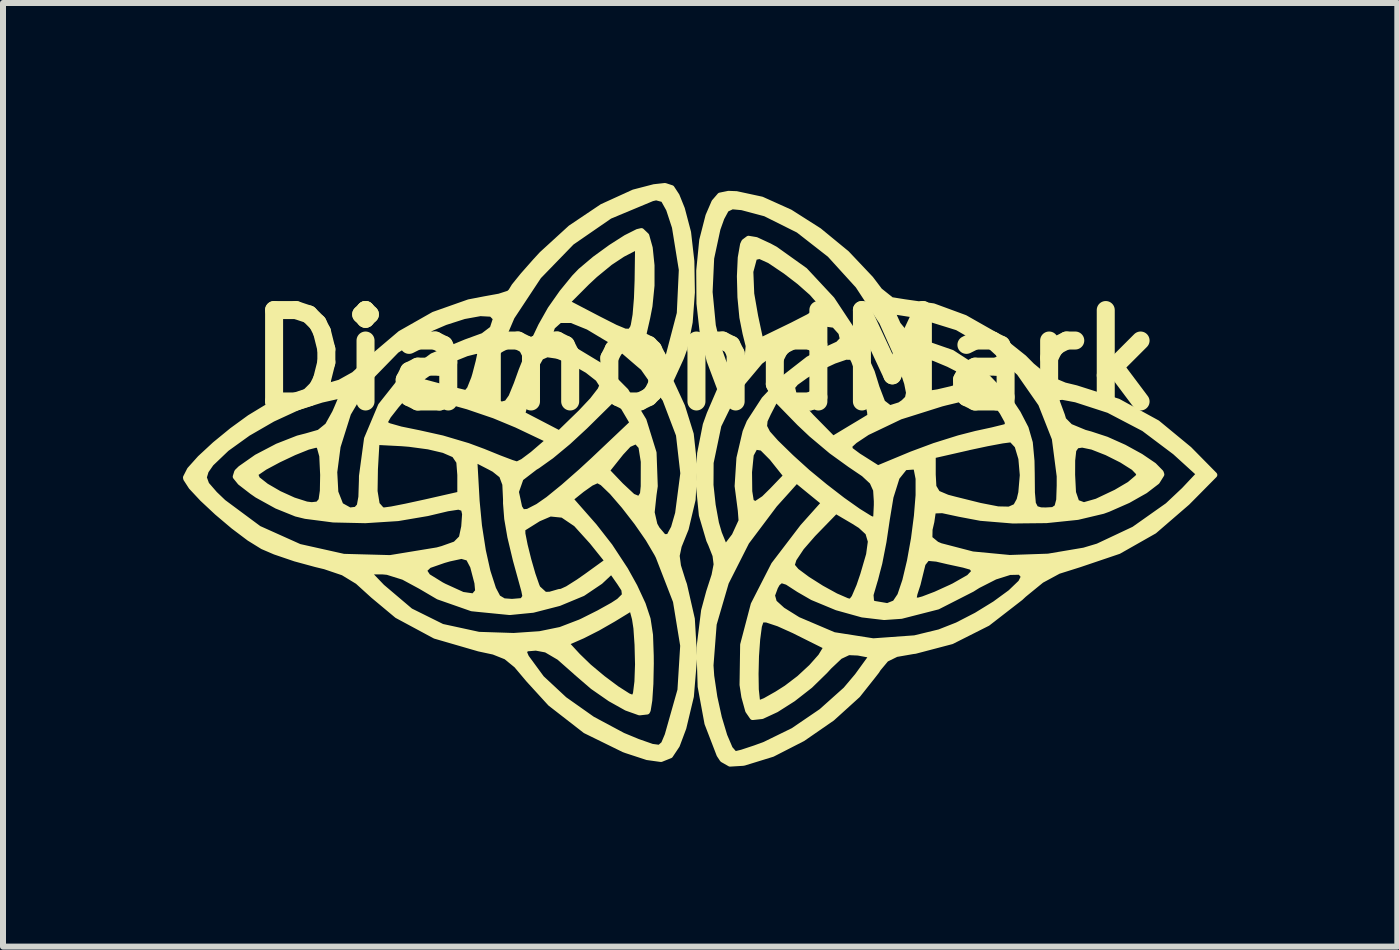
<source format=kicad_pcb>
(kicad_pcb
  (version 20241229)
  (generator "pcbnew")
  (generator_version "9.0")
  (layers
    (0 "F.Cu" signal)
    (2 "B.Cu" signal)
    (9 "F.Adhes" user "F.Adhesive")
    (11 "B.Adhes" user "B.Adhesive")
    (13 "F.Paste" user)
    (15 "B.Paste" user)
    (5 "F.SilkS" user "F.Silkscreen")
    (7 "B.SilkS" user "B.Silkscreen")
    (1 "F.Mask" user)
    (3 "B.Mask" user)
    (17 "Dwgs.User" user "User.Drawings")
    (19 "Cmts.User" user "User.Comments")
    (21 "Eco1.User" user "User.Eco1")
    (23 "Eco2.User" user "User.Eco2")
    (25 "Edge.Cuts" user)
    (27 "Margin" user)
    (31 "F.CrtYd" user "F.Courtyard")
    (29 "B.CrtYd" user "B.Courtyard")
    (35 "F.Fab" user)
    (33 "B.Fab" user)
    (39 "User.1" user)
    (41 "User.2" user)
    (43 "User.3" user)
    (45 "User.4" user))
  (footprint "DiamondMark"
    (layer "F.Cu")
    (at 8.601 4.781)
    (property "Reference" "DiamondMark" (at 0.102 -1.829 0) (layer "F.SilkS") (effects (font (size 1.524 1.524) (thickness 0.3))))
    (attr through_hole)
    (fp_poly (pts (xy 8.588 0.085) (xy 8.34 0.336) (xy 8.34 0.069) (xy 7.935 -0.299) (xy 7.415 -0.69) (xy 6.828 -0.997) (xy 6.28 -1.175) (xy 6.058 -1.217) (xy 5.963 -1.209) (xy 5.962 -1.143) (xy 5.972 -1.114) (xy 6.049 -0.906) (xy 6.071 -0.832) (xy 6.183 -0.719) (xy 6.427 -0.618) (xy 6.522 -0.592) (xy 6.79 -0.504) (xy 7.083 -0.373) (xy 7.36 -0.221) (xy 7.578 -0.073) (xy 7.695 0.046) (xy 7.705 0.077) (xy 7.631 0.195) (xy 7.434 0.346) (xy 7.345 0.396) (xy 7.345 0.063) (xy 7.247 -0.039) (xy 7.046 -0.166) (xy 6.797 -0.291) (xy 6.555 -0.386) (xy 6.387 -0.421) (xy 6.29 -0.406) (xy 6.238 -0.331) (xy 6.219 -0.157) (xy 6.218 0.084) (xy 6.233 0.379) (xy 6.29 0.545) (xy 6.413 0.591) (xy 6.63 0.529) (xy 6.951 0.377) (xy 7.177 0.244) (xy 7.318 0.124) (xy 7.345 0.063) (xy 7.345 0.396) (xy 7.151 0.506) (xy 6.819 0.652) (xy 6.731 0.684) (xy 6.31 0.784) (xy 6.011 0.815) (xy 6.011 0.106) (xy 5.93 -0.52) (xy 5.701 -1.101) (xy 5.341 -1.618) (xy 4.869 -2.05) (xy 4.305 -2.375) (xy 3.667 -2.573) (xy 3.574 -2.59) (xy 3.211 -2.647) (xy 3.313 -2.422) (xy 3.473 -2.228) (xy 3.634 -2.152) (xy 4.215 -1.95) (xy 4.741 -1.609) (xy 5.172 -1.157) (xy 5.313 -0.944) (xy 5.443 -0.693) (xy 5.513 -0.451) (xy 5.541 -0.148) (xy 5.545 0.063) (xy 5.548 0.379) (xy 5.564 0.562) (xy 5.608 0.649) (xy 5.693 0.675) (xy 5.779 0.677) (xy 5.902 0.67) (xy 5.971 0.624) (xy 6.003 0.502) (xy 6.011 0.265) (xy 6.011 0.106) (xy 6.011 0.815) (xy 5.789 0.838) (xy 5.396 0.842) (xy 5.396 0.088) (xy 5.372 -0.189) (xy 5.308 -0.403) (xy 5.213 -0.505) (xy 5.193 -0.508) (xy 5.152 -0.503) (xy 5.152 -0.728) (xy 5.141 -0.811) (xy 5.057 -0.963) (xy 4.94 -1.127) (xy 4.828 -1.245) (xy 4.779 -1.27) (xy 4.656 -1.25) (xy 4.522 -1.221) (xy 4.522 -1.498) (xy 4.486 -1.567) (xy 4.364 -1.658) (xy 4.159 -1.763) (xy 3.927 -1.86) (xy 3.724 -1.926) (xy 3.606 -1.938) (xy 3.599 -1.934) (xy 3.587 -1.824) (xy 3.631 -1.636) (xy 3.707 -1.439) (xy 3.79 -1.299) (xy 3.835 -1.27) (xy 3.978 -1.292) (xy 4.204 -1.345) (xy 4.26 -1.361) (xy 4.461 -1.43) (xy 4.522 -1.498) (xy 4.522 -1.221) (xy 4.416 -1.197) (xy 4.108 -1.123) (xy 4.042 -1.106) (xy 3.5 -0.935) (xy 3.5 -1.284) (xy 3.468 -1.445) (xy 3.38 -1.713) (xy 3.354 -1.788) (xy 3.052 -2.462) (xy 2.654 -3.07) (xy 2.182 -3.589) (xy 1.658 -3.998) (xy 1.105 -4.274) (xy 0.715 -4.378) (xy 0.552 -4.393) (xy 0.452 -4.346) (xy 0.373 -4.2) (xy 0.307 -4.016) (xy 0.202 -3.527) (xy 0.176 -2.964) (xy 0.23 -2.402) (xy 0.312 -2.061) (xy 0.399 -1.814) (xy 0.474 -1.65) (xy 0.51 -1.609) (xy 0.603 -1.665) (xy 0.72 -1.778) (xy 0.814 -1.914) (xy 0.827 -2.066) (xy 0.775 -2.275) (xy 0.722 -2.541) (xy 0.69 -2.876) (xy 0.681 -3.226) (xy 0.695 -3.536) (xy 0.733 -3.753) (xy 0.754 -3.799) (xy 0.824 -3.851) (xy 0.951 -3.83) (xy 1.171 -3.728) (xy 1.269 -3.675) (xy 1.762 -3.323) (xy 2.213 -2.839) (xy 2.595 -2.262) (xy 2.879 -1.629) (xy 2.958 -1.374) (xy 3.055 -1.12) (xy 3.178 -1.025) (xy 3.347 -1.078) (xy 3.411 -1.122) (xy 3.48 -1.19) (xy 3.5 -1.284) (xy 3.5 -0.935) (xy 3.353 -0.889) (xy 2.857 -0.652) (xy 2.857 -0.889) (xy 2.85 -0.972) (xy 2.802 -1.16) (xy 2.731 -1.399) (xy 2.653 -1.636) (xy 2.584 -1.817) (xy 2.549 -1.884) (xy 2.445 -1.885) (xy 2.398 -1.869) (xy 2.398 -2.176) (xy 2.373 -2.282) (xy 2.366 -2.295) (xy 2.256 -2.417) (xy 2.093 -2.44) (xy 2.024 -2.417) (xy 2.024 -2.733) (xy 1.995 -2.823) (xy 1.881 -2.952) (xy 1.675 -3.134) (xy 1.445 -3.311) (xy 1.177 -3.491) (xy 1.012 -3.566) (xy 0.924 -3.546) (xy 0.917 -3.536) (xy 0.855 -3.304) (xy 0.87 -2.934) (xy 0.935 -2.561) (xy 1.023 -2.15) (xy 1.554 -2.408) (xy 1.831 -2.55) (xy 1.979 -2.65) (xy 2.024 -2.733) (xy 2.024 -2.417) (xy 1.849 -2.359) (xy 1.555 -2.205) (xy 1.017 -1.806) (xy 0.602 -1.311) (xy 0.323 -0.741) (xy 0.193 -0.119) (xy 0.191 0.254) (xy 0.227 0.587) (xy 0.282 0.889) (xy 0.331 1.057) (xy 0.434 1.31) (xy 0.594 1.1) (xy 0.709 0.85) (xy 0.696 0.677) (xy 0.643 0.27) (xy 0.673 -0.195) (xy 0.775 -0.632) (xy 0.841 -0.792) (xy 1.088 -1.173) (xy 1.434 -1.541) (xy 1.823 -1.844) (xy 2.113 -1.998) (xy 2.321 -2.094) (xy 2.398 -2.176) (xy 2.398 -1.869) (xy 2.25 -1.818) (xy 2.012 -1.707) (xy 1.783 -1.578) (xy 1.61 -1.454) (xy 1.548 -1.38) (xy 1.579 -1.25) (xy 1.72 -1.047) (xy 1.866 -0.885) (xy 2.232 -0.513) (xy 2.534 -0.695) (xy 2.726 -0.81) (xy 2.843 -0.881) (xy 2.857 -0.889) (xy 2.857 -0.652) (xy 2.802 -0.626) (xy 2.593 -0.487) (xy 2.501 -0.403) (xy 2.516 -0.332) (xy 2.656 -0.228) (xy 2.707 -0.196) (xy 2.98 -0.023) (xy 3.543 -0.257) (xy 3.922 -0.398) (xy 4.33 -0.526) (xy 4.614 -0.599) (xy 4.886 -0.658) (xy 5.081 -0.706) (xy 5.152 -0.728) (xy 5.152 -0.503) (xy 5.053 -0.49) (xy 4.802 -0.443) (xy 4.493 -0.377) (xy 4.483 -0.374) (xy 3.895 -0.24) (xy 3.895 0.08) (xy 3.906 0.283) (xy 3.972 0.393) (xy 4.137 0.463) (xy 4.255 0.494) (xy 4.685 0.601) (xy 4.982 0.659) (xy 5.171 0.663) (xy 5.282 0.613) (xy 5.342 0.503) (xy 5.371 0.381) (xy 5.396 0.088) (xy 5.396 0.842) (xy 5.23 0.844) (xy 4.695 0.8) (xy 4.336 0.732) (xy 4.056 0.672) (xy 3.916 0.677) (xy 3.894 0.711) (xy 3.872 0.863) (xy 3.842 0.993) (xy 3.839 1.145) (xy 3.958 1.243) (xy 4.024 1.271) (xy 4.558 1.41) (xy 5.178 1.469) (xy 5.819 1.447) (xy 6.417 1.346) (xy 6.648 1.277) (xy 7.251 0.993) (xy 7.813 0.596) (xy 8.086 0.339) (xy 8.34 0.069) (xy 8.34 0.336) (xy 8.135 0.543) (xy 7.586 1.017) (xy 6.994 1.353) (xy 6.341 1.574) (xy 5.989 1.685) (xy 5.706 1.838) (xy 5.419 2.072) (xy 5.419 1.776) (xy 5.353 1.698) (xy 5.179 1.702) (xy 4.932 1.78) (xy 4.647 1.925) (xy 4.599 1.955) (xy 4.599 1.691) (xy 4.544 1.619) (xy 4.411 1.581) (xy 4.148 1.524) (xy 3.959 1.48) (xy 3.803 1.466) (xy 3.727 1.562) (xy 3.701 1.666) (xy 3.659 1.837) (xy 3.659 0.423) (xy 3.659 0.146) (xy 3.626 -0.023) (xy 3.595 -0.056) (xy 3.428 -0.044) (xy 3.294 0.124) (xy 3.191 0.452) (xy 3.13 0.821) (xy 3.074 1.198) (xy 3.004 1.556) (xy 2.963 1.711) (xy 2.963 0.522) (xy 2.951 0.334) (xy 2.89 0.198) (xy 2.748 0.066) (xy 2.519 -0.089) (xy 2.206 -0.315) (xy 1.873 -0.595) (xy 1.675 -0.782) (xy 1.277 -1.19) (xy 1.15 -0.944) (xy 1.093 -0.822) (xy 1.083 -0.722) (xy 1.14 -0.611) (xy 1.28 -0.454) (xy 1.523 -0.217) (xy 1.554 -0.188) (xy 1.806 0.04) (xy 2.096 0.279) (xy 2.39 0.506) (xy 2.653 0.692) (xy 2.85 0.814) (xy 2.938 0.847) (xy 2.954 0.772) (xy 2.963 0.585) (xy 2.963 0.522) (xy 2.963 1.711) (xy 2.934 1.825) (xy 2.925 1.853) (xy 2.864 2.062) (xy 2.864 1.193) (xy 2.82 1.045) (xy 2.693 0.928) (xy 2.579 0.856) (xy 2.278 0.679) (xy 1.897 1.071) (xy 1.704 1.293) (xy 1.576 1.485) (xy 1.542 1.595) (xy 1.621 1.689) (xy 1.804 1.825) (xy 2.039 1.974) (xy 2.277 2.105) (xy 2.468 2.188) (xy 2.534 2.201) (xy 2.59 2.128) (xy 2.672 1.937) (xy 2.736 1.749) (xy 2.834 1.413) (xy 2.864 1.193) (xy 2.864 2.062) (xy 2.858 2.084) (xy 2.868 2.202) (xy 2.905 2.232) (xy 3.141 2.272) (xy 3.269 2.221) (xy 3.354 2.094) (xy 3.437 1.848) (xy 3.515 1.52) (xy 3.582 1.148) (xy 3.631 0.77) (xy 3.659 0.423) (xy 3.659 1.837) (xy 3.643 1.903) (xy 3.591 2.063) (xy 3.569 2.172) (xy 3.653 2.18) (xy 3.734 2.158) (xy 3.944 2.078) (xy 4.201 1.961) (xy 4.249 1.938) (xy 4.502 1.794) (xy 4.599 1.691) (xy 4.599 1.955) (xy 4.55 1.986) (xy 3.977 2.278) (xy 3.371 2.433) (xy 3.085 2.453) (xy 2.721 2.41) (xy 2.297 2.292) (xy 1.892 2.124) (xy 1.665 1.993) (xy 1.472 1.868) (xy 1.368 1.835) (xy 1.304 1.887) (xy 1.267 1.952) (xy 1.215 2.093) (xy 1.248 2.211) (xy 1.389 2.339) (xy 1.647 2.5) (xy 2.246 2.755) (xy 2.903 2.858) (xy 3.595 2.808) (xy 4.007 2.708) (xy 4.304 2.591) (xy 4.624 2.426) (xy 4.933 2.236) (xy 5.193 2.046) (xy 5.366 1.88) (xy 5.419 1.776) (xy 5.419 2.072) (xy 5.415 2.075) (xy 5.355 2.131) (xy 4.809 2.554) (xy 4.21 2.856) (xy 3.602 3.016) (xy 3.562 3.021) (xy 3.287 3.069) (xy 3.116 3.153) (xy 2.984 3.311) (xy 2.958 3.352) (xy 2.892 3.437) (xy 2.892 3.09) (xy 2.652 3.045) (xy 2.492 3.038) (xy 2.346 3.107) (xy 2.165 3.278) (xy 2.111 3.337) (xy 2.111 2.981) (xy 2.102 2.935) (xy 2.018 2.893) (xy 1.825 2.797) (xy 1.585 2.677) (xy 1.325 2.56) (xy 1.126 2.494) (xy 1.035 2.493) (xy 0.998 2.604) (xy 0.969 2.824) (xy 0.949 3.106) (xy 0.942 3.401) (xy 0.946 3.662) (xy 0.965 3.842) (xy 0.993 3.895) (xy 1.102 3.851) (xy 1.3 3.739) (xy 1.459 3.638) (xy 1.673 3.475) (xy 1.874 3.289) (xy 2.031 3.112) (xy 2.111 2.981) (xy 2.111 3.337) (xy 2.095 3.354) (xy 1.849 3.594) (xy 1.566 3.815) (xy 1.286 3.993) (xy 1.049 4.103) (xy 0.893 4.12) (xy 0.892 4.119) (xy 0.819 4.013) (xy 0.755 3.781) (xy 0.725 3.583) (xy 0.735 2.915) (xy 0.911 2.245) (xy 1.25 1.582) (xy 1.73 0.953) (xy 2.09 0.55) (xy 1.857 0.36) (xy 1.624 0.169) (xy 1.458 0.355) (xy 1.458 0.099) (xy 1.218 -0.202) (xy 1.052 -0.369) (xy 0.934 -0.388) (xy 0.862 -0.254) (xy 0.833 0.037) (xy 0.837 0.36) (xy 0.865 0.536) (xy 0.941 0.576) (xy 1.085 0.48) (xy 1.221 0.346) (xy 1.458 0.099) (xy 1.458 0.355) (xy 1.257 0.578) (xy 0.788 1.202) (xy 0.447 1.876) (xy 0.244 2.571) (xy 0.191 3.258) (xy 0.203 3.436) (xy 0.255 3.787) (xy 0.331 4.133) (xy 0.421 4.433) (xy 0.513 4.649) (xy 0.593 4.741) (xy 0.6 4.741) (xy 0.716 4.713) (xy 0.933 4.641) (xy 1.097 4.581) (xy 1.571 4.349) (xy 2.042 4.028) (xy 2.447 3.666) (xy 2.641 3.436) (xy 2.892 3.09) (xy 2.892 3.437) (xy 2.642 3.752) (xy 2.216 4.138) (xy 1.727 4.476) (xy 1.223 4.734) (xy 0.753 4.879) (xy 0.731 4.883) (xy 0.516 4.896) (xy 0.393 4.826) (xy 0.341 4.747) (xy 0.14 4.225) (xy 0.027 3.613) (xy 0.007 2.969) (xy 0.084 2.347) (xy 0.168 2.036) (xy 0.258 1.758) (xy 0.293 1.576) (xy 0.274 1.425) (xy 0.201 1.24) (xy 0.17 1.171) (xy 0.047 0.754) (xy -0.003 0.251) (xy 0.018 -0.273) (xy 0.112 -0.75) (xy 0.177 -0.931) (xy 0.355 -1.344) (xy 0.177 -1.818) (xy 0.065 -2.253) (xy 0.007 -2.773) (xy 0.003 -3.319) (xy 0.053 -3.827) (xy 0.157 -4.233) (xy 0.256 -4.462) (xy 0.35 -4.571) (xy 0.491 -4.6) (xy 0.623 -4.595) (xy 1.044 -4.504) (xy 1.515 -4.292) (xy 1.999 -3.984) (xy 2.459 -3.606) (xy 2.859 -3.183) (xy 3.009 -2.985) (xy 3.204 -2.829) (xy 3.421 -2.794) (xy 3.906 -2.725) (xy 4.431 -2.532) (xy 4.949 -2.238) (xy 5.414 -1.867) (xy 5.546 -1.734) (xy 5.786 -1.535) (xy 6.094 -1.406) (xy 6.284 -1.36) (xy 6.984 -1.137) (xy 7.636 -0.78) (xy 8.167 -0.342) (xy 8.588 0.085)) (stroke (width 0.1) (type solid)) (fill yes) (layer "F.SilkS"))
    (fp_poly (pts (xy -0.079 -0.052) (xy -0.107 0.495) (xy -0.222 0.98) (xy -0.25 1.049) (xy -0.262 1.079) (xy -0.262 0.058) (xy -0.335 -0.583) (xy -0.561 -1.177) (xy -0.93 -1.702) (xy -1.016 -1.775) (xy -1.016 -3.73) (xy -1.275 -3.596) (xy -1.485 -3.457) (xy -1.736 -3.251) (xy -1.87 -3.126) (xy -2.206 -2.789) (xy -1.675 -2.512) (xy -1.397 -2.371) (xy -1.234 -2.303) (xy -1.148 -2.302) (xy -1.104 -2.361) (xy -1.088 -2.409) (xy -1.058 -2.581) (xy -1.035 -2.86) (xy -1.024 -3.156) (xy -1.016 -3.73) (xy -1.016 -1.775) (xy -1.436 -2.137) (xy -1.46 -2.153) (xy -1.846 -2.384) (xy -2.128 -2.498) (xy -2.323 -2.498) (xy -2.446 -2.388) (xy -2.449 -2.382) (xy -2.487 -2.274) (xy -2.441 -2.19) (xy -2.282 -2.097) (xy -2.139 -2.032) (xy -1.632 -1.726) (xy -1.222 -1.313) (xy -0.925 -0.822) (xy -0.758 -0.284) (xy -0.738 0.271) (xy -0.759 0.418) (xy -0.79 0.71) (xy -0.743 0.916) (xy -0.702 0.989) (xy -0.589 1.122) (xy -0.5 1.119) (xy -0.419 0.968) (xy -0.349 0.726) (xy -0.262 0.058) (xy -0.262 1.079) (xy -0.339 1.27) (xy -0.373 1.432) (xy -0.351 1.602) (xy -0.273 1.851) (xy -0.25 1.916) (xy -0.12 2.486) (xy -0.082 3.129) (xy -0.136 3.775) (xy -0.262 4.302) (xy -0.264 4.307) (xy -0.264 2.93) (xy -0.385 2.19) (xy -0.674 1.444) (xy -0.698 1.397) (xy -0.843 1.151) (xy -0.921 1.038) (xy -0.921 -0.137) (xy -0.961 -0.388) (xy -1.044 -0.482) (xy -1.103 -0.457) (xy -1.103 -0.782) (xy -1.239 -1.013) (xy -1.376 -1.244) (xy -1.609 -1.015) (xy -1.609 -1.408) (xy -1.68 -1.52) (xy -1.859 -1.66) (xy -2.096 -1.796) (xy -2.341 -1.894) (xy -2.383 -1.905) (xy -2.533 -1.927) (xy -2.638 -1.881) (xy -2.72 -1.738) (xy -2.806 -1.469) (xy -2.839 -1.345) (xy -2.949 -0.928) (xy -2.639 -0.767) (xy -2.328 -0.605) (xy -1.968 -0.955) (xy -1.775 -1.16) (xy -1.644 -1.329) (xy -1.609 -1.408) (xy -1.609 -1.015) (xy -1.9 -0.728) (xy -2.183 -0.466) (xy -2.465 -0.232) (xy -2.498 -0.209) (xy -2.498 -0.494) (xy -3.039 -0.751) (xy -3.415 -0.907) (xy -3.641 -0.984) (xy -3.641 -1.964) (xy -3.707 -1.985) (xy -3.874 -1.943) (xy -4.095 -1.854) (xy -4.323 -1.737) (xy -4.441 -1.662) (xy -4.691 -1.488) (xy -4.314 -1.387) (xy -4.076 -1.325) (xy -3.911 -1.285) (xy -3.877 -1.278) (xy -3.82 -1.346) (xy -3.749 -1.524) (xy -3.73 -1.587) (xy -3.673 -1.806) (xy -3.643 -1.949) (xy -3.641 -1.964) (xy -3.641 -0.984) (xy -3.855 -1.057) (xy -4.214 -1.157) (xy -4.846 -1.306) (xy -5.048 -1.071) (xy -5.181 -0.901) (xy -5.247 -0.785) (xy -5.249 -0.775) (xy -5.173 -0.73) (xy -4.972 -0.673) (xy -4.689 -0.615) (xy -4.678 -0.613) (xy -4.279 -0.524) (xy -3.854 -0.398) (xy -3.598 -0.303) (xy -3.329 -0.194) (xy -3.123 -0.116) (xy -3.032 -0.088) (xy -2.935 -0.136) (xy -2.771 -0.259) (xy -2.735 -0.29) (xy -2.498 -0.494) (xy -2.498 -0.209) (xy -2.694 -0.069) (xy -2.736 -0.044) (xy -2.974 0.139) (xy -3.053 0.365) (xy -2.997 0.628) (xy -2.946 0.708) (xy -2.853 0.7) (xy -2.684 0.613) (xy -2.512 0.493) (xy -2.259 0.287) (xy -1.964 0.028) (xy -1.762 -0.158) (xy -1.103 -0.782) (xy -1.103 -0.457) (xy -1.174 -0.425) (xy -1.302 -0.287) (xy -1.542 0.014) (xy -1.306 0.261) (xy -1.109 0.445) (xy -0.992 0.493) (xy -0.935 0.404) (xy -0.922 0.275) (xy -0.921 -0.137) (xy -0.921 1.038) (xy -1.036 0.873) (xy -1.247 0.601) (xy -1.447 0.369) (xy -1.608 0.214) (xy -1.691 0.169) (xy -1.8 0.218) (xy -1.954 0.327) (xy -2.15 0.485) (xy -1.749 0.941) (xy -1.489 1.274) (xy -1.232 1.665) (xy -1.076 1.946) (xy -0.939 2.241) (xy -0.857 2.488) (xy -0.817 2.752) (xy -0.805 3.099) (xy -0.804 3.23) (xy -0.811 3.568) (xy -0.829 3.841) (xy -0.855 4.003) (xy -0.867 4.028) (xy -0.992 4.042) (xy -1.017 4.033) (xy -1.017 3.245) (xy -1.017 3.239) (xy -1.025 2.916) (xy -1.044 2.638) (xy -1.068 2.481) (xy -1.118 2.295) (xy -1.234 2.366) (xy -1.234 2.093) (xy -1.246 1.992) (xy -1.32 1.878) (xy -1.458 1.681) (xy -1.519 1.739) (xy -1.519 1.52) (xy -1.78 1.195) (xy -2.047 0.9) (xy -2.272 0.748) (xy -2.48 0.727) (xy -2.678 0.812) (xy -2.849 0.919) (xy -2.943 0.978) (xy -2.946 0.98) (xy -2.944 1.065) (xy -2.906 1.257) (xy -2.845 1.502) (xy -2.775 1.745) (xy -2.71 1.932) (xy -2.691 1.975) (xy -2.571 2.084) (xy -2.484 2.081) (xy -2.333 2.037) (xy -2.292 2.032) (xy -2.191 1.986) (xy -2.006 1.869) (xy -1.873 1.776) (xy -1.519 1.52) (xy -1.519 1.739) (xy -1.648 1.86) (xy -1.939 2.056) (xy -2.334 2.22) (xy -2.769 2.332) (xy -2.893 2.344) (xy -2.893 2.113) (xy -2.913 2.011) (xy -3.053 1.503) (xy -3.145 1.117) (xy -3.197 0.815) (xy -3.217 0.558) (xy -3.217 0.492) (xy -3.229 0.239) (xy -3.284 0.092) (xy -3.413 -0.011) (xy -3.482 -0.048) (xy -3.747 -0.185) (xy -3.707 0.521) (xy -3.668 0.931) (xy -3.603 1.349) (xy -3.527 1.691) (xy -3.52 1.714) (xy -3.432 1.986) (xy -3.355 2.132) (xy -3.256 2.191) (xy -3.117 2.201) (xy -2.941 2.186) (xy -2.893 2.113) (xy -2.893 2.344) (xy -3.155 2.37) (xy -3.681 2.318) (xy -3.681 2.025) (xy -3.694 1.884) (xy -3.766 1.608) (xy -3.84 1.467) (xy -3.899 1.45) (xy -3.899 0.736) (xy -3.92 0.642) (xy -3.979 0.622) (xy -3.979 0.41) (xy -3.979 0.084) (xy -3.996 -0.136) (xy -4.075 -0.253) (xy -4.255 -0.331) (xy -4.51 -0.391) (xy -4.83 -0.434) (xy -4.953 -0.444) (xy -5.376 -0.466) (xy -5.402 -0.01) (xy -5.408 0.356) (xy -5.372 0.577) (xy -5.289 0.671) (xy -5.248 0.677) (xy -5.124 0.66) (xy -4.886 0.613) (xy -4.583 0.547) (xy -4.568 0.544) (xy -3.979 0.41) (xy -3.979 0.622) (xy -4.007 0.613) (xy -4.192 0.641) (xy -4.508 0.716) (xy -4.53 0.721) (xy -5.018 0.804) (xy -5.562 0.839) (xy -6.097 0.827) (xy -6.265 0.805) (xy -6.265 0.085) (xy -6.28 -0.233) (xy -6.325 -0.395) (xy -6.371 -0.423) (xy -6.519 -0.385) (xy -6.75 -0.292) (xy -7.008 -0.17) (xy -7.238 -0.047) (xy -7.382 0.051) (xy -7.401 0.073) (xy -7.365 0.157) (xy -7.216 0.274) (xy -6.999 0.4) (xy -6.759 0.509) (xy -6.543 0.578) (xy -6.456 0.589) (xy -6.35 0.577) (xy -6.293 0.511) (xy -6.27 0.351) (xy -6.265 0.085) (xy -6.265 0.805) (xy -6.56 0.767) (xy -6.715 0.729) (xy -7.037 0.599) (xy -7.363 0.419) (xy -7.448 0.36) (xy -7.645 0.208) (xy -7.722 0.113) (xy -7.698 0.036) (xy -7.641 -0.02) (xy -7.373 -0.208) (xy -7.027 -0.389) (xy -6.685 -0.523) (xy -6.545 -0.559) (xy -6.329 -0.621) (xy -6.187 -0.736) (xy -6.066 -0.954) (xy -6.034 -1.027) (xy -5.94 -1.249) (xy -6.29 -1.17) (xy -6.684 -1.045) (xy -7.107 -0.85) (xy -7.519 -0.612) (xy -7.875 -0.356) (xy -8.135 -0.108) (xy -8.222 0.017) (xy -8.255 0.127) (xy -8.213 0.244) (xy -8.073 0.405) (xy -7.93 0.542) (xy -7.338 0.981) (xy -6.661 1.285) (xy -5.923 1.45) (xy -5.148 1.471) (xy -4.363 1.342) (xy -4.276 1.318) (xy -4.057 1.24) (xy -3.954 1.136) (xy -3.914 0.948) (xy -3.911 0.907) (xy -3.899 0.736) (xy -3.899 1.45) (xy -3.958 1.433) (xy -4.162 1.477) (xy -4.256 1.504) (xy -4.503 1.59) (xy -4.592 1.675) (xy -4.523 1.779) (xy -4.295 1.92) (xy -4.249 1.944) (xy -3.942 2.084) (xy -3.755 2.111) (xy -3.681 2.025) (xy -3.681 2.318) (xy -3.787 2.307) (xy -4.344 2.112) (xy -4.64 1.938) (xy -4.925 1.784) (xy -5.194 1.7) (xy -5.269 1.693) (xy -5.535 1.693) (xy -5.286 1.953) (xy -4.813 2.354) (xy -4.283 2.617) (xy -3.671 2.75) (xy -3.09 2.769) (xy -2.653 2.739) (xy -2.308 2.668) (xy -1.98 2.542) (xy -1.947 2.527) (xy -1.67 2.388) (xy -1.438 2.259) (xy -1.332 2.19) (xy -1.234 2.093) (xy -1.234 2.366) (xy -1.427 2.484) (xy -1.689 2.634) (xy -1.941 2.762) (xy -1.98 2.779) (xy -2.224 2.886) (xy -2.022 3.105) (xy -1.838 3.283) (xy -1.607 3.476) (xy -1.374 3.65) (xy -1.183 3.772) (xy -1.088 3.81) (xy -1.052 3.733) (xy -1.027 3.53) (xy -1.017 3.245) (xy -1.017 4.033) (xy -1.208 3.965) (xy -1.478 3.814) (xy -1.769 3.612) (xy -2.043 3.376) (xy -2.052 3.367) (xy -2.329 3.123) (xy -2.547 2.995) (xy -2.718 2.963) (xy -2.887 2.977) (xy -2.92 3.039) (xy -2.883 3.125) (xy -2.627 3.474) (xy -2.246 3.829) (xy -1.78 4.158) (xy -1.27 4.431) (xy -1.021 4.534) (xy -0.784 4.617) (xy -0.656 4.634) (xy -0.585 4.571) (xy -0.523 4.424) (xy -0.31 3.671) (xy -0.264 2.93) (xy -0.264 4.307) (xy -0.37 4.59) (xy -0.482 4.758) (xy -0.634 4.819) (xy -0.864 4.787) (xy -1.209 4.674) (xy -1.253 4.658) (xy -1.893 4.344) (xy -2.476 3.891) (xy -2.836 3.497) (xy -3.04 3.255) (xy -3.214 3.113) (xy -3.422 3.03) (xy -3.669 2.977) (xy -4.399 2.765) (xy -5.031 2.425) (xy -5.429 2.093) (xy -5.687 1.859) (xy -5.93 1.711) (xy -6.234 1.608) (xy -6.383 1.572) (xy -6.732 1.477) (xy -7.067 1.363) (xy -7.272 1.275) (xy -7.495 1.137) (xy -7.759 0.938) (xy -8.031 0.708) (xy -8.276 0.479) (xy -8.46 0.282) (xy -8.548 0.146) (xy -8.551 0.127) (xy -8.486 -0.00023) (xy -8.314 -0.192) (xy -8.068 -0.42) (xy -7.781 -0.655) (xy -7.488 -0.868) (xy -7.221 -1.03) (xy -7.192 -1.045) (xy -6.84 -1.195) (xy -6.449 -1.325) (xy -6.288 -1.366) (xy -5.987 -1.454) (xy -5.75 -1.586) (xy -5.508 -1.805) (xy -5.436 -1.881) (xy -4.977 -2.27) (xy -4.422 -2.585) (xy -3.836 -2.792) (xy -3.577 -2.842) (xy -3.329 -2.887) (xy -3.168 -2.939) (xy -3.133 -2.971) (xy -3.078 -3.061) (xy -2.933 -3.24) (xy -2.723 -3.478) (xy -2.616 -3.594) (xy -2.138 -4.031) (xy -1.614 -4.383) (xy -1.088 -4.623) (xy -0.749 -4.711) (xy -0.568 -4.731) (xy -0.458 -4.695) (xy -0.374 -4.567) (xy -0.286 -4.349) (xy -0.183 -3.958) (xy -0.128 -3.476) (xy -0.119 -2.958) (xy -0.156 -2.461) (xy -0.239 -2.04) (xy -0.287 -1.907) (xy -0.287 -3.334) (xy -0.402 -4.046) (xy -0.5 -4.345) (xy -0.592 -4.51) (xy -0.714 -4.543) (xy -0.783 -4.527) (xy -1.49 -4.232) (xy -2.125 -3.794) (xy -2.675 -3.227) (xy -3.123 -2.549) (xy -3.388 -1.929) (xy -3.388 -2.53) (xy -3.458 -2.602) (xy -3.646 -2.612) (xy -3.916 -2.563) (xy -4.231 -2.462) (xy -4.461 -2.363) (xy -5.044 -1.993) (xy -5.512 -1.513) (xy -5.85 -0.942) (xy -6.024 -0.389) (xy -6.08 0.038) (xy -6.062 0.373) (xy -5.976 0.593) (xy -5.825 0.677) (xy -5.813 0.677) (xy -5.712 0.665) (xy -5.655 0.602) (xy -5.628 0.453) (xy -5.619 0.179) (xy -5.618 0.104) (xy -5.534 -0.517) (xy -5.302 -1.068) (xy -4.934 -1.533) (xy -4.444 -1.895) (xy -3.887 -2.126) (xy -3.596 -2.232) (xy -3.44 -2.35) (xy -3.389 -2.507) (xy -3.388 -2.53) (xy -3.388 -1.929) (xy -3.455 -1.774) (xy -3.498 -1.635) (xy -3.629 -1.195) (xy -3.402 -1.119) (xy -3.285 -1.088) (xy -3.201 -1.111) (xy -3.127 -1.215) (xy -3.039 -1.43) (xy -2.959 -1.653) (xy -2.81 -2.025) (xy -2.632 -2.4) (xy -2.475 -2.678) (xy -2.281 -2.954) (xy -2.076 -3.205) (xy -1.972 -3.313) (xy -1.736 -3.512) (xy -1.469 -3.706) (xy -1.217 -3.867) (xy -1.024 -3.964) (xy -0.96 -3.979) (xy -0.879 -3.902) (xy -0.822 -3.698) (xy -0.792 -3.407) (xy -0.792 -3.072) (xy -0.826 -2.731) (xy -0.864 -2.536) (xy -0.928 -2.256) (xy -0.945 -2.087) (xy -0.909 -1.977) (xy -0.814 -1.872) (xy -0.792 -1.851) (xy -0.598 -1.669) (xy -0.503 -1.914) (xy -0.321 -2.608) (xy -0.287 -3.334) (xy -0.287 -1.907) (xy -0.304 -1.863) (xy -0.479 -1.482) (xy -0.283 -1.058) (xy -0.138 -0.593) (xy -0.079 -0.052)) (stroke (width 0.1) (type solid)) (fill yes) (layer "F.SilkS")))
  (gr_rect
    (start -3 -3)
    (end 20.239 12.727)
    (stroke (width 0.1) (type default))
    (fill no)
    (layer "Edge.Cuts")))
</source>
